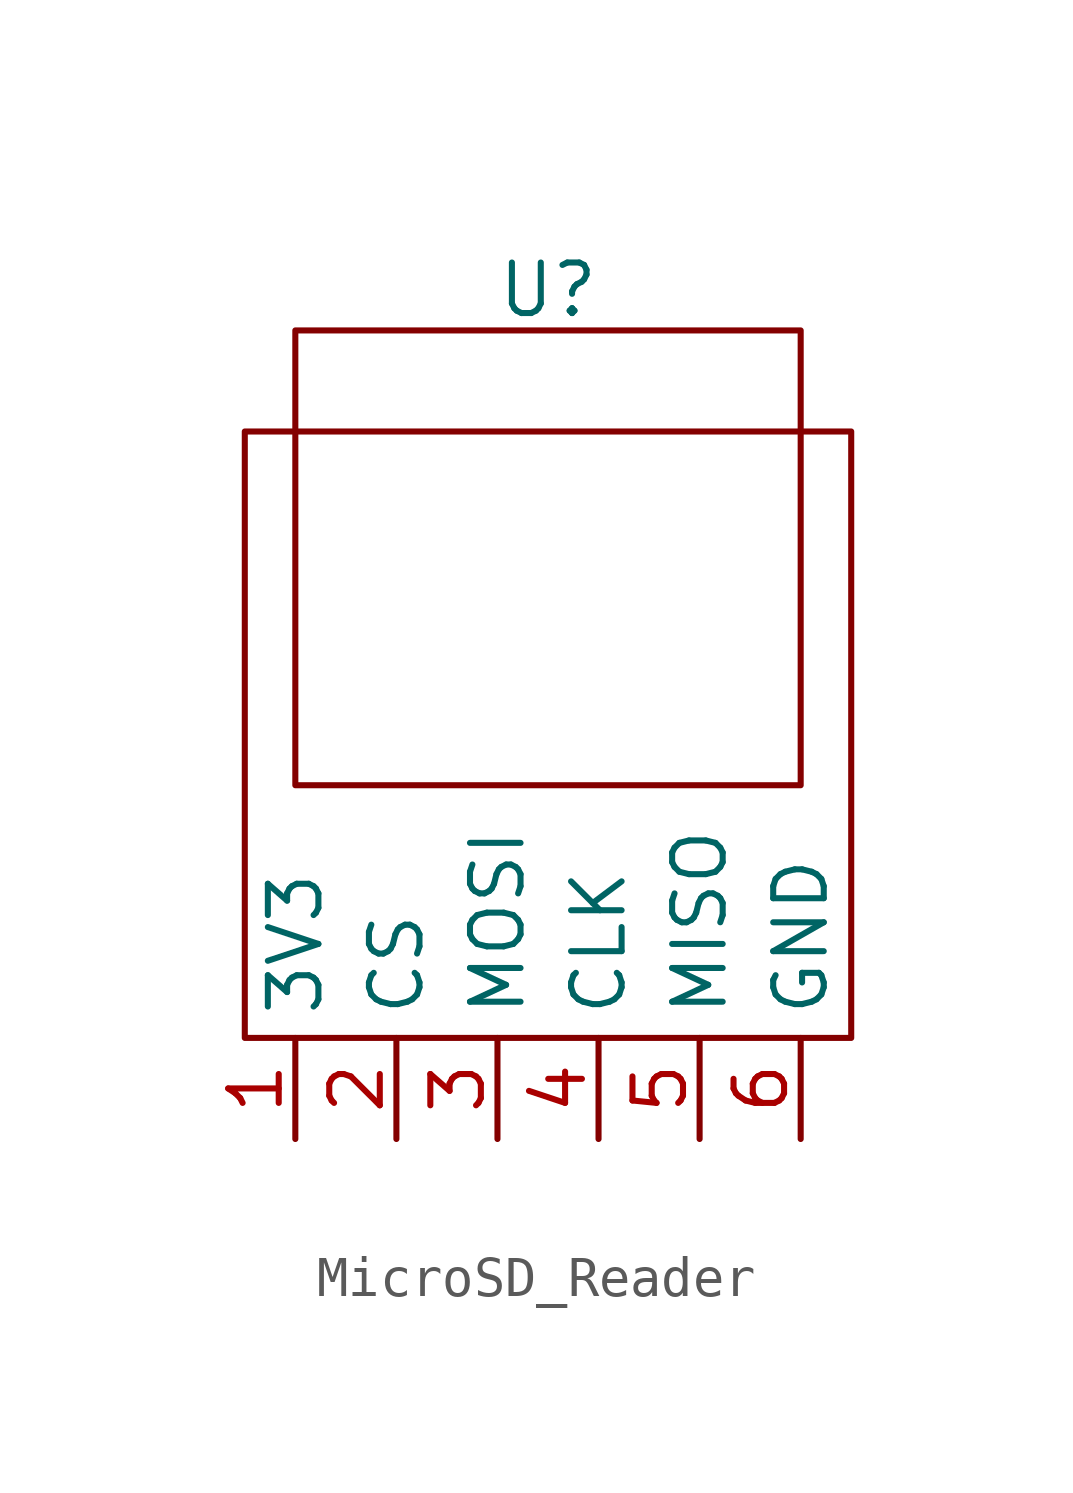
<source format=kicad_sym>
(kicad_symbol_lib
  (version 20241209)
  (generator "kicad_symbol_editor")
  (generator_version "9.0")
  (symbol "MicroSD_Reader"
    (property "Reference" "U"
      (at 0 11.176 0)
      (effects (font (size 1.27 1.27))))
    (property "Value" ""
      (at 0 0 0)
      (effects (font (size 1.27 1.27))))
    (symbol "MicroSD_Reader_0_1"
      (rectangle (start -7.62 7.62) (end 7.62 -7.62) (stroke (width 0) (type default)) (fill (type none)))
      (rectangle (start -6.35 10.16) (end 6.35 -1.27) (stroke (width 0) (type default)) (fill (type none))))
    (symbol "MicroSD_Reader_1_1"
      (pin passive line (at -6.35 -10.16 90) (length 2.54) (name "3V3" (effects (font (size 1.27 1.27)))) (number "1" (effects (font (size 1.27 1.27)))))
      (pin passive line (at -3.81 -10.16 90) (length 2.54) (name "CS" (effects (font (size 1.27 1.27)))) (number "2" (effects (font (size 1.27 1.27)))))
      (pin passive line (at -1.27 -10.16 90) (length 2.54) (name "MOSI" (effects (font (size 1.27 1.27)))) (number "3" (effects (font (size 1.27 1.27)))))
      (pin passive line (at 1.27 -10.16 90) (length 2.54) (name "CLK" (effects (font (size 1.27 1.27)))) (number "4" (effects (font (size 1.27 1.27)))))
      (pin passive line (at 3.81 -10.16 90) (length 2.54) (name "MISO" (effects (font (size 1.27 1.27)))) (number "5" (effects (font (size 1.27 1.27)))))
      (pin passive line (at 6.35 -10.16 90) (length 2.54) (name "GND" (effects (font (size 1.27 1.27)))) (number "6" (effects (font (size 1.27 1.27))))))))
</source>
